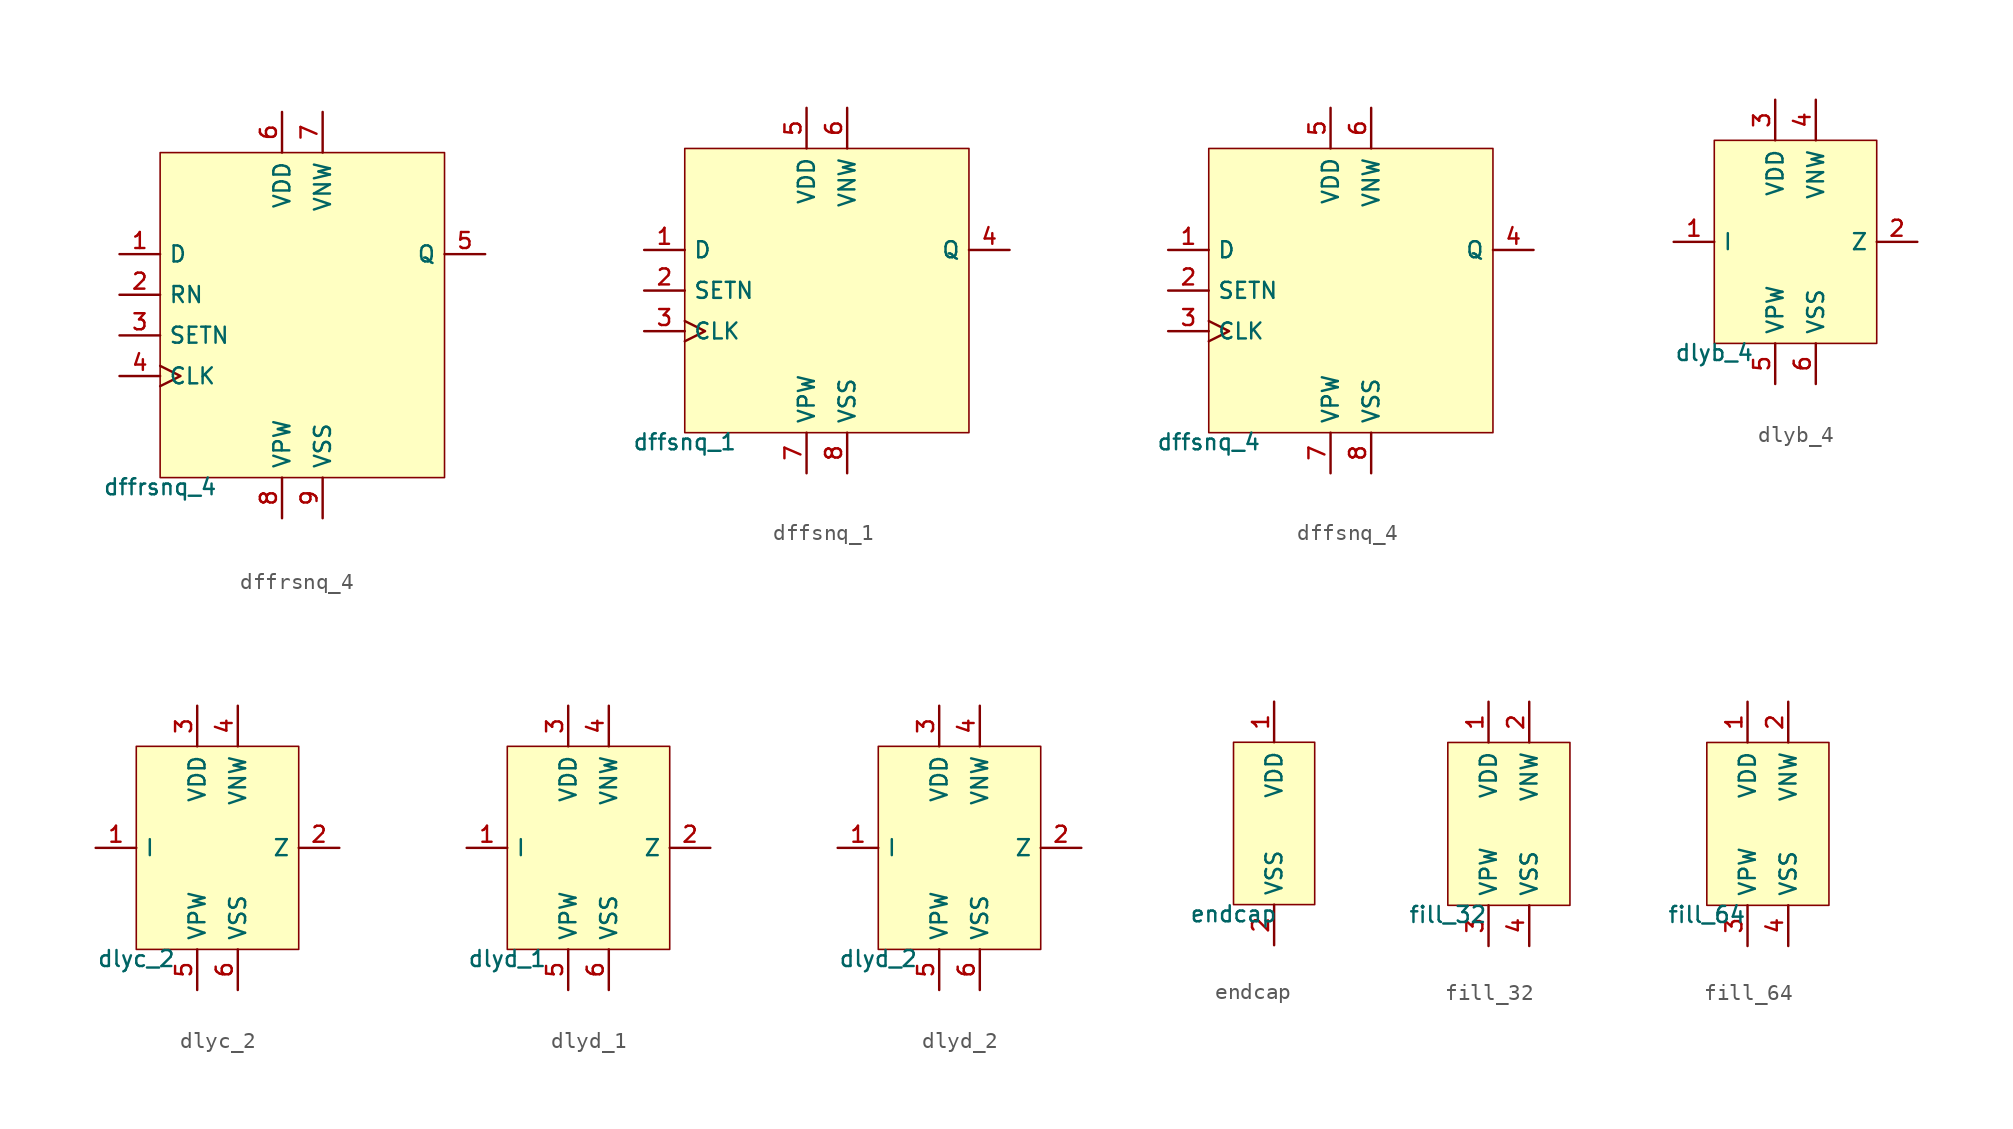
<source format=kicad_sym>
(kicad_symbol_lib
  (version 20211014)
  (generator pdk2kicad)
  (symbol "dffrsnq_4"
    (property "Reference" "X"
      (at 0 0 0)
      (effects (font (size 1 1)) hide))
    (property "Value" "dffrsnq_4"
      (at -8.89 -10.16 0)
      (effects (font (size 1 1)) (justify top)))
    (rectangle
      (start -8.89 -10.16)
      (end 8.89 10.16)
      (stroke (width 0.1) (type solid) (color 0 0 0 0))
      (fill (type background)))
    (pin input line
      (at -11.43 3.81 0)
      (length 2.54)
      (name "D" (effects (font (size 1 1)) hide))
      (number "1" (effects (font (size 1 1)) hide)))
    (pin input line
      (at -11.43 1.27 0)
      (length 2.54)
      (name "RN" (effects (font (size 1 1)) hide))
      (number "2" (effects (font (size 1 1)) hide)))
    (pin input line
      (at -11.43 -1.27 0)
      (length 2.54)
      (name "SETN" (effects (font (size 1 1)) hide))
      (number "3" (effects (font (size 1 1)) hide)))
    (pin input clock
      (at -11.43 -3.81 0)
      (length 2.54)
      (name "CLK" (effects (font (size 1 1)) hide))
      (number "4" (effects (font (size 1 1)) hide)))
    (pin output line
      (at 11.43 3.81 180)
      (length 2.54)
      (name "Q" (effects (font (size 1 1)) hide))
      (number "5" (effects (font (size 1 1)) hide)))
    (pin power_in line
      (at -1.27 12.7 270)
      (length 2.54)
      (name "VDD" (effects (font (size 1 1)) hide))
      (number "6" (effects (font (size 1 1)) hide)))
    (pin power_in line
      (at 1.27 12.7 270)
      (length 2.54)
      (name "VNW" (effects (font (size 1 1)) hide))
      (number "7" (effects (font (size 1 1)) hide)))
    (pin power_in line
      (at -1.27 -12.7 90)
      (length 2.54)
      (name "VPW" (effects (font (size 1 1)) hide))
      (number "8" (effects (font (size 1 1)) hide)))
    (pin power_in line
      (at 1.27 -12.7 90)
      (length 2.54)
      (name "VSS" (effects (font (size 1 1)) hide))
      (number "9" (effects (font (size 1 1)) hide))))
  (symbol "dffsnq_1"
    (property "Reference" "X"
      (at 0 0 0)
      (effects (font (size 1 1)) hide))
    (property "Value" "dffsnq_1"
      (at -8.89 -8.89 0)
      (effects (font (size 1 1)) (justify top)))
    (rectangle
      (start -8.89 -8.89)
      (end 8.89 8.89)
      (stroke (width 0.1) (type solid) (color 0 0 0 0))
      (fill (type background)))
    (pin input line
      (at -11.43 2.54 0)
      (length 2.54)
      (name "D" (effects (font (size 1 1)) hide))
      (number "1" (effects (font (size 1 1)) hide)))
    (pin input line
      (at -11.43 4.440892098500626e-16 0)
      (length 2.54)
      (name "SETN" (effects (font (size 1 1)) hide))
      (number "2" (effects (font (size 1 1)) hide)))
    (pin input clock
      (at -11.43 -2.54 0)
      (length 2.54)
      (name "CLK" (effects (font (size 1 1)) hide))
      (number "3" (effects (font (size 1 1)) hide)))
    (pin output line
      (at 11.43 2.54 180)
      (length 2.54)
      (name "Q" (effects (font (size 1 1)) hide))
      (number "4" (effects (font (size 1 1)) hide)))
    (pin power_in line
      (at -1.27 11.43 270)
      (length 2.54)
      (name "VDD" (effects (font (size 1 1)) hide))
      (number "5" (effects (font (size 1 1)) hide)))
    (pin power_in line
      (at 1.27 11.43 270)
      (length 2.54)
      (name "VNW" (effects (font (size 1 1)) hide))
      (number "6" (effects (font (size 1 1)) hide)))
    (pin power_in line
      (at -1.27 -11.43 90)
      (length 2.54)
      (name "VPW" (effects (font (size 1 1)) hide))
      (number "7" (effects (font (size 1 1)) hide)))
    (pin power_in line
      (at 1.27 -11.43 90)
      (length 2.54)
      (name "VSS" (effects (font (size 1 1)) hide))
      (number "8" (effects (font (size 1 1)) hide))))
  (symbol "dffsnq_4"
    (property "Reference" "X"
      (at 0 0 0)
      (effects (font (size 1 1)) hide))
    (property "Value" "dffsnq_4"
      (at -8.89 -8.89 0)
      (effects (font (size 1 1)) (justify top)))
    (rectangle
      (start -8.89 -8.89)
      (end 8.89 8.89)
      (stroke (width 0.1) (type solid) (color 0 0 0 0))
      (fill (type background)))
    (pin input line
      (at -11.43 2.54 0)
      (length 2.54)
      (name "D" (effects (font (size 1 1)) hide))
      (number "1" (effects (font (size 1 1)) hide)))
    (pin input line
      (at -11.43 4.440892098500626e-16 0)
      (length 2.54)
      (name "SETN" (effects (font (size 1 1)) hide))
      (number "2" (effects (font (size 1 1)) hide)))
    (pin input clock
      (at -11.43 -2.54 0)
      (length 2.54)
      (name "CLK" (effects (font (size 1 1)) hide))
      (number "3" (effects (font (size 1 1)) hide)))
    (pin output line
      (at 11.43 2.54 180)
      (length 2.54)
      (name "Q" (effects (font (size 1 1)) hide))
      (number "4" (effects (font (size 1 1)) hide)))
    (pin power_in line
      (at -1.27 11.43 270)
      (length 2.54)
      (name "VDD" (effects (font (size 1 1)) hide))
      (number "5" (effects (font (size 1 1)) hide)))
    (pin power_in line
      (at 1.27 11.43 270)
      (length 2.54)
      (name "VNW" (effects (font (size 1 1)) hide))
      (number "6" (effects (font (size 1 1)) hide)))
    (pin power_in line
      (at -1.27 -11.43 90)
      (length 2.54)
      (name "VPW" (effects (font (size 1 1)) hide))
      (number "7" (effects (font (size 1 1)) hide)))
    (pin power_in line
      (at 1.27 -11.43 90)
      (length 2.54)
      (name "VSS" (effects (font (size 1 1)) hide))
      (number "8" (effects (font (size 1 1)) hide))))
  (symbol "dlyb_4"
    (property "Reference" "X"
      (at 0 0 0)
      (effects (font (size 1 1)) hide))
    (property "Value" "dlyb_4"
      (at -5.08 -6.35 0)
      (effects (font (size 1 1)) (justify top)))
    (rectangle
      (start -5.08 -6.35)
      (end 5.08 6.35)
      (stroke (width 0.1) (type solid) (color 0 0 0 0))
      (fill (type background)))
    (pin input line
      (at -7.62 -4.440892098500626e-16 0)
      (length 2.54)
      (name "I" (effects (font (size 1 1)) hide))
      (number "1" (effects (font (size 1 1)) hide)))
    (pin output line
      (at 7.62 -4.440892098500626e-16 180)
      (length 2.54)
      (name "Z" (effects (font (size 1 1)) hide))
      (number "2" (effects (font (size 1 1)) hide)))
    (pin power_in line
      (at -1.27 8.89 270)
      (length 2.54)
      (name "VDD" (effects (font (size 1 1)) hide))
      (number "3" (effects (font (size 1 1)) hide)))
    (pin power_in line
      (at 1.27 8.89 270)
      (length 2.54)
      (name "VNW" (effects (font (size 1 1)) hide))
      (number "4" (effects (font (size 1 1)) hide)))
    (pin power_in line
      (at -1.27 -8.89 90)
      (length 2.54)
      (name "VPW" (effects (font (size 1 1)) hide))
      (number "5" (effects (font (size 1 1)) hide)))
    (pin power_in line
      (at 1.27 -8.89 90)
      (length 2.54)
      (name "VSS" (effects (font (size 1 1)) hide))
      (number "6" (effects (font (size 1 1)) hide))))
  (symbol "dlyc_2"
    (property "Reference" "X"
      (at 0 0 0)
      (effects (font (size 1 1)) hide))
    (property "Value" "dlyc_2"
      (at -5.08 -6.35 0)
      (effects (font (size 1 1)) (justify top)))
    (rectangle
      (start -5.08 -6.35)
      (end 5.08 6.35)
      (stroke (width 0.1) (type solid) (color 0 0 0 0))
      (fill (type background)))
    (pin input line
      (at -7.62 -4.440892098500626e-16 0)
      (length 2.54)
      (name "I" (effects (font (size 1 1)) hide))
      (number "1" (effects (font (size 1 1)) hide)))
    (pin output line
      (at 7.62 -4.440892098500626e-16 180)
      (length 2.54)
      (name "Z" (effects (font (size 1 1)) hide))
      (number "2" (effects (font (size 1 1)) hide)))
    (pin power_in line
      (at -1.27 8.89 270)
      (length 2.54)
      (name "VDD" (effects (font (size 1 1)) hide))
      (number "3" (effects (font (size 1 1)) hide)))
    (pin power_in line
      (at 1.27 8.89 270)
      (length 2.54)
      (name "VNW" (effects (font (size 1 1)) hide))
      (number "4" (effects (font (size 1 1)) hide)))
    (pin power_in line
      (at -1.27 -8.89 90)
      (length 2.54)
      (name "VPW" (effects (font (size 1 1)) hide))
      (number "5" (effects (font (size 1 1)) hide)))
    (pin power_in line
      (at 1.27 -8.89 90)
      (length 2.54)
      (name "VSS" (effects (font (size 1 1)) hide))
      (number "6" (effects (font (size 1 1)) hide))))
  (symbol "dlyd_1"
    (property "Reference" "X"
      (at 0 0 0)
      (effects (font (size 1 1)) hide))
    (property "Value" "dlyd_1"
      (at -5.08 -6.35 0)
      (effects (font (size 1 1)) (justify top)))
    (rectangle
      (start -5.08 -6.35)
      (end 5.08 6.35)
      (stroke (width 0.1) (type solid) (color 0 0 0 0))
      (fill (type background)))
    (pin input line
      (at -7.62 -4.440892098500626e-16 0)
      (length 2.54)
      (name "I" (effects (font (size 1 1)) hide))
      (number "1" (effects (font (size 1 1)) hide)))
    (pin output line
      (at 7.62 -4.440892098500626e-16 180)
      (length 2.54)
      (name "Z" (effects (font (size 1 1)) hide))
      (number "2" (effects (font (size 1 1)) hide)))
    (pin power_in line
      (at -1.27 8.89 270)
      (length 2.54)
      (name "VDD" (effects (font (size 1 1)) hide))
      (number "3" (effects (font (size 1 1)) hide)))
    (pin power_in line
      (at 1.27 8.89 270)
      (length 2.54)
      (name "VNW" (effects (font (size 1 1)) hide))
      (number "4" (effects (font (size 1 1)) hide)))
    (pin power_in line
      (at -1.27 -8.89 90)
      (length 2.54)
      (name "VPW" (effects (font (size 1 1)) hide))
      (number "5" (effects (font (size 1 1)) hide)))
    (pin power_in line
      (at 1.27 -8.89 90)
      (length 2.54)
      (name "VSS" (effects (font (size 1 1)) hide))
      (number "6" (effects (font (size 1 1)) hide))))
  (symbol "dlyd_2"
    (property "Reference" "X"
      (at 0 0 0)
      (effects (font (size 1 1)) hide))
    (property "Value" "dlyd_2"
      (at -5.08 -6.35 0)
      (effects (font (size 1 1)) (justify top)))
    (rectangle
      (start -5.08 -6.35)
      (end 5.08 6.35)
      (stroke (width 0.1) (type solid) (color 0 0 0 0))
      (fill (type background)))
    (pin input line
      (at -7.62 -4.440892098500626e-16 0)
      (length 2.54)
      (name "I" (effects (font (size 1 1)) hide))
      (number "1" (effects (font (size 1 1)) hide)))
    (pin output line
      (at 7.62 -4.440892098500626e-16 180)
      (length 2.54)
      (name "Z" (effects (font (size 1 1)) hide))
      (number "2" (effects (font (size 1 1)) hide)))
    (pin power_in line
      (at -1.27 8.89 270)
      (length 2.54)
      (name "VDD" (effects (font (size 1 1)) hide))
      (number "3" (effects (font (size 1 1)) hide)))
    (pin power_in line
      (at 1.27 8.89 270)
      (length 2.54)
      (name "VNW" (effects (font (size 1 1)) hide))
      (number "4" (effects (font (size 1 1)) hide)))
    (pin power_in line
      (at -1.27 -8.89 90)
      (length 2.54)
      (name "VPW" (effects (font (size 1 1)) hide))
      (number "5" (effects (font (size 1 1)) hide)))
    (pin power_in line
      (at 1.27 -8.89 90)
      (length 2.54)
      (name "VSS" (effects (font (size 1 1)) hide))
      (number "6" (effects (font (size 1 1)) hide))))
  (symbol "endcap"
    (property "Reference" "X"
      (at 0 0 0)
      (effects (font (size 1 1)) hide))
    (property "Value" "endcap"
      (at -2.54 -5.08 0)
      (effects (font (size 1 1)) (justify top)))
    (rectangle
      (start -2.54 -5.08)
      (end 2.54 5.08)
      (stroke (width 0.1) (type solid) (color 0 0 0 0))
      (fill (type background)))
    (pin power_in line
      (at 0.0 7.62 270)
      (length 2.54)
      (name "VDD" (effects (font (size 1 1)) hide))
      (number "1" (effects (font (size 1 1)) hide)))
    (pin power_in line
      (at 0.0 -7.62 90)
      (length 2.54)
      (name "VSS" (effects (font (size 1 1)) hide))
      (number "2" (effects (font (size 1 1)) hide))))
  (symbol "fill_32"
    (property "Reference" "X"
      (at 0 0 0)
      (effects (font (size 1 1)) hide))
    (property "Value" "fill_32"
      (at -3.81 -5.08 0)
      (effects (font (size 1 1)) (justify top)))
    (rectangle
      (start -3.81 -5.08)
      (end 3.81 5.08)
      (stroke (width 0.1) (type solid) (color 0 0 0 0))
      (fill (type background)))
    (pin power_in line
      (at -1.27 7.62 270)
      (length 2.54)
      (name "VDD" (effects (font (size 1 1)) hide))
      (number "1" (effects (font (size 1 1)) hide)))
    (pin power_in line
      (at 1.27 7.62 270)
      (length 2.54)
      (name "VNW" (effects (font (size 1 1)) hide))
      (number "2" (effects (font (size 1 1)) hide)))
    (pin power_in line
      (at -1.27 -7.62 90)
      (length 2.54)
      (name "VPW" (effects (font (size 1 1)) hide))
      (number "3" (effects (font (size 1 1)) hide)))
    (pin power_in line
      (at 1.27 -7.62 90)
      (length 2.54)
      (name "VSS" (effects (font (size 1 1)) hide))
      (number "4" (effects (font (size 1 1)) hide))))
  (symbol "fill_64"
    (property "Reference" "X"
      (at 0 0 0)
      (effects (font (size 1 1)) hide))
    (property "Value" "fill_64"
      (at -3.81 -5.08 0)
      (effects (font (size 1 1)) (justify top)))
    (rectangle
      (start -3.81 -5.08)
      (end 3.81 5.08)
      (stroke (width 0.1) (type solid) (color 0 0 0 0))
      (fill (type background)))
    (pin power_in line
      (at -1.27 7.62 270)
      (length 2.54)
      (name "VDD" (effects (font (size 1 1)) hide))
      (number "1" (effects (font (size 1 1)) hide)))
    (pin power_in line
      (at 1.27 7.62 270)
      (length 2.54)
      (name "VNW" (effects (font (size 1 1)) hide))
      (number "2" (effects (font (size 1 1)) hide)))
    (pin power_in line
      (at -1.27 -7.62 90)
      (length 2.54)
      (name "VPW" (effects (font (size 1 1)) hide))
      (number "3" (effects (font (size 1 1)) hide)))
    (pin power_in line
      (at 1.27 -7.62 90)
      (length 2.54)
      (name "VSS" (effects (font (size 1 1)) hide))
      (number "4" (effects (font (size 1 1)) hide)))))
</source>
